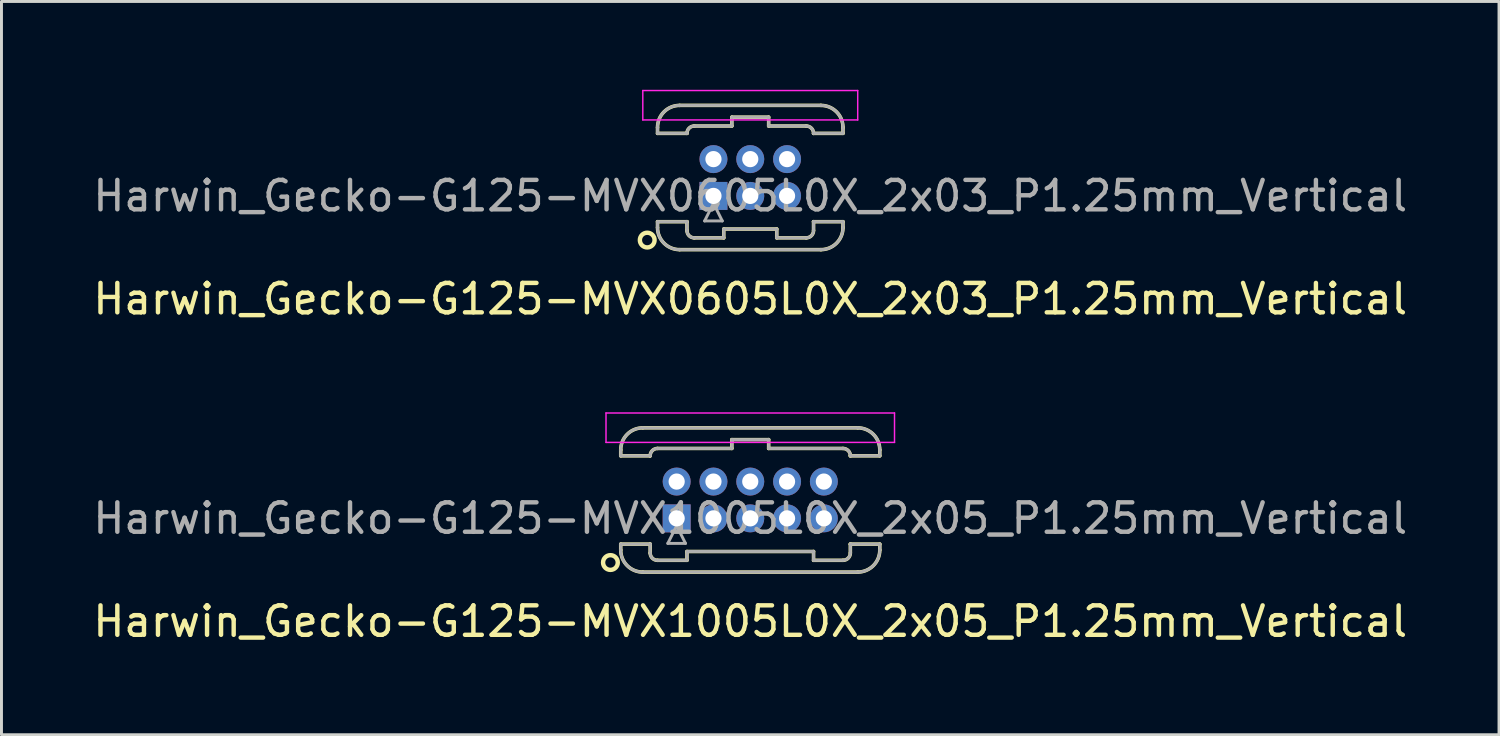
<source format=kicad_pcb>
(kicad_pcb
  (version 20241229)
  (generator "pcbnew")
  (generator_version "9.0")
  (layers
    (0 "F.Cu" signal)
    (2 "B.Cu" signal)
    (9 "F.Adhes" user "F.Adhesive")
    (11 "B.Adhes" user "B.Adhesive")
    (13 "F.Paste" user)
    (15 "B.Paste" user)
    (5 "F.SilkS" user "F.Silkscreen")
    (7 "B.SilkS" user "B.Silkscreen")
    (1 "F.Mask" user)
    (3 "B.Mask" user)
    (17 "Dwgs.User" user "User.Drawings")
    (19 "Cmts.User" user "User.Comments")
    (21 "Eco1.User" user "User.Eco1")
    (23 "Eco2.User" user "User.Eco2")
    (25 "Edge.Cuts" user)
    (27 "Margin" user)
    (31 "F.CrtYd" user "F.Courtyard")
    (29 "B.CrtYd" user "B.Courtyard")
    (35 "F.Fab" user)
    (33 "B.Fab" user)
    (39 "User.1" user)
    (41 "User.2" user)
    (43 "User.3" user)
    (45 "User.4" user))
  (footprint "Harwin_Gecko-G125-MVX0605L0X_2x03_P1.25mm_Vertical"
    (layer "F.Cu")
    (at 21.185 3.605)
    (property "Reference" "Harwin_Gecko-G125-MVX0605L0X_2x03_P1.25mm_Vertical" (at 1.25 3.5 0) (layer "F.SilkS") (effects (font (size 1 1) (thickness 0.15))))
    (attr through_hole)
    (fp_line (start -1.9 -2.325) (end -1.9 -2.125) (stroke (width 0.12) (type solid)) (layer "F.SilkS"))
    (fp_line (start -1.9 -2.125) (end -0.9 -2.125) (stroke (width 0.12) (type solid)) (layer "F.SilkS"))
    (fp_line (start -1.9 0.875) (end -0.9 0.875) (stroke (width 0.12) (type solid)) (layer "F.SilkS"))
    (fp_line (start -1.9 1.075) (end -1.9 0.875) (stroke (width 0.12) (type solid)) (layer "F.SilkS"))
    (fp_line (start -1.15 -3.075) (end 3.65 -3.075) (stroke (width 0.12) (type solid)) (layer "F.SilkS"))
    (fp_line (start -1.15 1.825) (end 3.65 1.825) (stroke (width 0.12) (type solid)) (layer "F.SilkS"))
    (fp_line (start -0.9 -2.125) (end -0.9 -2.125) (stroke (width 0.12) (type solid)) (layer "F.SilkS"))
    (fp_line (start -0.9 0.875) (end -0.9 0.875) (stroke (width 0.12) (type solid)) (layer "F.SilkS"))
    (fp_line (start -0.9 1.175) (end -0.9 0.875) (stroke (width 0.12) (type solid)) (layer "F.SilkS"))
    (fp_line (start -0.65 -2.375) (end 0.625 -2.375) (stroke (width 0.12) (type solid)) (layer "F.SilkS"))
    (fp_line (start -0.65 1.425) (end 0.35 1.425) (stroke (width 0.12) (type solid)) (layer "F.SilkS"))
    (fp_line (start 0.35 1.125) (end 2.15 1.125) (stroke (width 0.12) (type solid)) (layer "F.SilkS"))
    (fp_line (start 0.35 1.425) (end 0.35 1.125) (stroke (width 0.12) (type solid)) (layer "F.SilkS"))
    (fp_line (start 0.625 -2.675) (end 1.875 -2.675) (stroke (width 0.12) (type solid)) (layer "F.SilkS"))
    (fp_line (start 0.625 -2.375) (end 0.625 -2.675) (stroke (width 0.12) (type solid)) (layer "F.SilkS"))
    (fp_line (start 1.875 -2.675) (end 1.875 -2.375) (stroke (width 0.12) (type solid)) (layer "F.SilkS"))
    (fp_line (start 1.875 -2.375) (end 3.15 -2.375) (stroke (width 0.12) (type solid)) (layer "F.SilkS"))
    (fp_line (start 2.15 1.125) (end 2.15 1.425) (stroke (width 0.12) (type solid)) (layer "F.SilkS"))
    (fp_line (start 2.15 1.425) (end 3.15 1.425) (stroke (width 0.12) (type solid)) (layer "F.SilkS"))
    (fp_line (start 3.4 -2.125) (end 3.4 -2.125) (stroke (width 0.12) (type solid)) (layer "F.SilkS"))
    (fp_line (start 3.4 0.875) (end 3.4 0.875) (stroke (width 0.12) (type solid)) (layer "F.SilkS"))
    (fp_line (start 3.4 1.175) (end 3.4 0.875) (stroke (width 0.12) (type solid)) (layer "F.SilkS"))
    (fp_line (start 4.4 -2.325) (end 4.4 -2.125) (stroke (width 0.12) (type solid)) (layer "F.SilkS"))
    (fp_line (start 4.4 -2.125) (end 3.4 -2.125) (stroke (width 0.12) (type solid)) (layer "F.SilkS"))
    (fp_line (start 4.4 0.875) (end 3.4 0.875) (stroke (width 0.12) (type solid)) (layer "F.SilkS"))
    (fp_line (start 4.4 1.075) (end 4.4 0.875) (stroke (width 0.12) (type solid)) (layer "F.SilkS"))
    (fp_arc (start -1.9 -2.325) (mid -1.68033 -2.85533) (end -1.15 -3.075) (stroke (width 0.12) (type solid)) (layer "F.SilkS"))
    (fp_arc (start -1.15 1.825) (mid -1.68033 1.60533) (end -1.9 1.075) (stroke (width 0.12) (type solid)) (layer "F.SilkS"))
    (fp_arc (start -0.9 -2.125) (mid -0.826777 -2.301777) (end -0.65 -2.375) (stroke (width 0.12) (type solid)) (layer "F.SilkS"))
    (fp_arc (start -0.65 1.425) (mid -0.826777 1.351777) (end -0.9 1.175) (stroke (width 0.12) (type solid)) (layer "F.SilkS"))
    (fp_arc (start 3.15 -2.375) (mid 3.326777 -2.301777) (end 3.4 -2.125) (stroke (width 0.12) (type solid)) (layer "F.SilkS"))
    (fp_arc (start 3.4 1.175) (mid 3.326777 1.351777) (end 3.15 1.425) (stroke (width 0.12) (type solid)) (layer "F.SilkS"))
    (fp_arc (start 3.65 -3.075) (mid 4.18033 -2.85533) (end 4.4 -2.325) (stroke (width 0.12) (type solid)) (layer "F.SilkS"))
    (fp_arc (start 4.4 1.075) (mid 4.18033 1.60533) (end 3.65 1.825) (stroke (width 0.12) (type solid)) (layer "F.SilkS"))
    (fp_circle (center -2.25 1.5) (end -2 1.5) (stroke (width 0.15) (type solid)) (fill no) (layer "F.SilkS"))
    (fp_line (start -2.4 -3.58) (end -2.4 -2.58) (stroke (width 0.05) (type solid)) (layer "F.CrtYd"))
    (fp_line (start -2.4 -2.58) (end 4.9 -2.58) (stroke (width 0.05) (type solid)) (layer "F.CrtYd"))
    (fp_line (start 4.9 -3.58) (end -2.4 -3.58) (stroke (width 0.05) (type solid)) (layer "F.CrtYd"))
    (fp_line (start 4.9 -2.58) (end 4.9 -3.58) (stroke (width 0.05) (type solid)) (layer "F.CrtYd"))
    (fp_line (start -1.9 -2.325) (end -1.9 -2.125) (stroke (width 0.1) (type solid)) (layer "F.Fab"))
    (fp_line (start -1.9 -2.125) (end -0.9 -2.125) (stroke (width 0.1) (type solid)) (layer "F.Fab"))
    (fp_line (start -1.9 0.875) (end -0.9 0.875) (stroke (width 0.1) (type solid)) (layer "F.Fab"))
    (fp_line (start -1.9 1.075) (end -1.9 0.875) (stroke (width 0.1) (type solid)) (layer "F.Fab"))
    (fp_line (start -1.15 -3.075) (end 3.65 -3.075) (stroke (width 0.1) (type solid)) (layer "F.Fab"))
    (fp_line (start -1.15 1.825) (end 3.65 1.825) (stroke (width 0.1) (type solid)) (layer "F.Fab"))
    (fp_line (start -0.9 -2.125) (end -0.9 -2.125) (stroke (width 0.1) (type solid)) (layer "F.Fab"))
    (fp_line (start -0.9 0.875) (end -0.9 0.875) (stroke (width 0.1) (type solid)) (layer "F.Fab"))
    (fp_line (start -0.9 1.175) (end -0.9 0.875) (stroke (width 0.1) (type solid)) (layer "F.Fab"))
    (fp_line (start -0.65 -2.375) (end 0.625 -2.375) (stroke (width 0.1) (type solid)) (layer "F.Fab"))
    (fp_line (start -0.65 1.425) (end 0.35 1.425) (stroke (width 0.1) (type solid)) (layer "F.Fab"))
    (fp_line (start -0.3 0.85) (end 0.3 0.85) (stroke (width 0.1) (type solid)) (layer "F.Fab"))
    (fp_line (start 0 0.25) (end -0.3 0.85) (stroke (width 0.1) (type solid)) (layer "F.Fab"))
    (fp_line (start 0.3 0.85) (end 0 0.25) (stroke (width 0.1) (type solid)) (layer "F.Fab"))
    (fp_line (start 0.35 1.125) (end 2.15 1.125) (stroke (width 0.1) (type solid)) (layer "F.Fab"))
    (fp_line (start 0.35 1.425) (end 0.35 1.125) (stroke (width 0.1) (type solid)) (layer "F.Fab"))
    (fp_line (start 0.625 -2.675) (end 1.875 -2.675) (stroke (width 0.1) (type solid)) (layer "F.Fab"))
    (fp_line (start 0.625 -2.375) (end 0.625 -2.675) (stroke (width 0.1) (type solid)) (layer "F.Fab"))
    (fp_line (start 1.875 -2.675) (end 1.875 -2.375) (stroke (width 0.1) (type solid)) (layer "F.Fab"))
    (fp_line (start 1.875 -2.375) (end 3.15 -2.375) (stroke (width 0.1) (type solid)) (layer "F.Fab"))
    (fp_line (start 2.15 1.125) (end 2.15 1.425) (stroke (width 0.1) (type solid)) (layer "F.Fab"))
    (fp_line (start 2.15 1.425) (end 3.15 1.425) (stroke (width 0.1) (type solid)) (layer "F.Fab"))
    (fp_line (start 3.4 -2.125) (end 3.4 -2.125) (stroke (width 0.1) (type solid)) (layer "F.Fab"))
    (fp_line (start 3.4 0.875) (end 3.4 0.875) (stroke (width 0.1) (type solid)) (layer "F.Fab"))
    (fp_line (start 3.4 1.175) (end 3.4 0.875) (stroke (width 0.1) (type solid)) (layer "F.Fab"))
    (fp_line (start 4.4 -2.325) (end 4.4 -2.125) (stroke (width 0.1) (type solid)) (layer "F.Fab"))
    (fp_line (start 4.4 -2.125) (end 3.4 -2.125) (stroke (width 0.1) (type solid)) (layer "F.Fab"))
    (fp_line (start 4.4 0.875) (end 3.4 0.875) (stroke (width 0.1) (type solid)) (layer "F.Fab"))
    (fp_line (start 4.4 1.075) (end 4.4 0.875) (stroke (width 0.1) (type solid)) (layer "F.Fab"))
    (fp_arc (start -1.9 -2.325) (mid -1.68033 -2.85533) (end -1.15 -3.075) (stroke (width 0.1) (type solid)) (layer "F.Fab"))
    (fp_arc (start -1.15 1.825) (mid -1.68033 1.60533) (end -1.9 1.075) (stroke (width 0.1) (type solid)) (layer "F.Fab"))
    (fp_arc (start -0.9 -2.125) (mid -0.826777 -2.301777) (end -0.65 -2.375) (stroke (width 0.1) (type solid)) (layer "F.Fab"))
    (fp_arc (start -0.65 1.425) (mid -0.826777 1.351777) (end -0.9 1.175) (stroke (width 0.1) (type solid)) (layer "F.Fab"))
    (fp_arc (start 3.15 -2.375) (mid 3.326777 -2.301777) (end 3.4 -2.125) (stroke (width 0.1) (type solid)) (layer "F.Fab"))
    (fp_arc (start 3.4 1.175) (mid 3.326777 1.351777) (end 3.15 1.425) (stroke (width 0.1) (type solid)) (layer "F.Fab"))
    (fp_arc (start 3.65 -3.075) (mid 4.18033 -2.85533) (end 4.4 -2.325) (stroke (width 0.1) (type solid)) (layer "F.Fab"))
    (fp_arc (start 4.4 1.075) (mid 4.18033 1.60533) (end 3.65 1.825) (stroke (width 0.1) (type solid)) (layer "F.Fab"))
    (fp_text user "${REFERENCE}" (at 1.25 0 0) (layer "F.Fab") (effects (font (size 1 1) (thickness 0.15))))
    (pad "1" thru_hole rect (at 0 0) (size 0.95 0.95) (drill 0.55) (layers "*.Cu" "*.Mask"))
    (pad "2" thru_hole circle (at 0 -1.25) (size 0.95 0.95) (drill 0.55) (layers "*.Cu" "*.Mask"))
    (pad "3" thru_hole circle (at 1.25 0) (size 0.95 0.95) (drill 0.55) (layers "*.Cu" "*.Mask"))
    (pad "4" thru_hole circle (at 1.25 -1.25) (size 0.95 0.95) (drill 0.55) (layers "*.Cu" "*.Mask"))
    (pad "5" thru_hole circle (at 2.5 0) (size 0.95 0.95) (drill 0.55) (layers "*.Cu" "*.Mask"))
    (pad "6" thru_hole circle (at 2.5 -1.25) (size 0.95 0.95) (drill 0.55) (layers "*.Cu" "*.Mask")))
  (footprint "Harwin_Gecko-G125-MVX1005L0X_2x05_P1.25mm_Vertical"
    (layer "F.Cu")
    (at 19.935 14.558)
    (property "Reference" "Harwin_Gecko-G125-MVX1005L0X_2x05_P1.25mm_Vertical" (at 2.5 3.5 0) (layer "F.SilkS") (effects (font (size 1 1) (thickness 0.15))))
    (attr through_hole)
    (fp_line (start -1.9 -2.325) (end -1.9 -2.125) (stroke (width 0.12) (type solid)) (layer "F.SilkS"))
    (fp_line (start -1.9 -2.125) (end -0.9 -2.125) (stroke (width 0.12) (type solid)) (layer "F.SilkS"))
    (fp_line (start -1.9 0.875) (end -0.9 0.875) (stroke (width 0.12) (type solid)) (layer "F.SilkS"))
    (fp_line (start -1.9 1.075) (end -1.9 0.875) (stroke (width 0.12) (type solid)) (layer "F.SilkS"))
    (fp_line (start -1.15 -3.075) (end 6.15 -3.075) (stroke (width 0.12) (type solid)) (layer "F.SilkS"))
    (fp_line (start -1.15 1.825) (end 6.15 1.825) (stroke (width 0.12) (type solid)) (layer "F.SilkS"))
    (fp_line (start -0.9 -2.125) (end -0.9 -2.125) (stroke (width 0.12) (type solid)) (layer "F.SilkS"))
    (fp_line (start -0.9 0.875) (end -0.9 0.875) (stroke (width 0.12) (type solid)) (layer "F.SilkS"))
    (fp_line (start -0.9 1.175) (end -0.9 0.875) (stroke (width 0.12) (type solid)) (layer "F.SilkS"))
    (fp_line (start -0.65 -2.375) (end 1.875 -2.375) (stroke (width 0.12) (type solid)) (layer "F.SilkS"))
    (fp_line (start -0.65 1.425) (end 0.35 1.425) (stroke (width 0.12) (type solid)) (layer "F.SilkS"))
    (fp_line (start 0.35 1.125) (end 4.65 1.125) (stroke (width 0.12) (type solid)) (layer "F.SilkS"))
    (fp_line (start 0.35 1.425) (end 0.35 1.125) (stroke (width 0.12) (type solid)) (layer "F.SilkS"))
    (fp_line (start 1.875 -2.675) (end 3.125 -2.675) (stroke (width 0.12) (type solid)) (layer "F.SilkS"))
    (fp_line (start 1.875 -2.375) (end 1.875 -2.675) (stroke (width 0.12) (type solid)) (layer "F.SilkS"))
    (fp_line (start 3.125 -2.675) (end 3.125 -2.375) (stroke (width 0.12) (type solid)) (layer "F.SilkS"))
    (fp_line (start 3.125 -2.375) (end 5.65 -2.375) (stroke (width 0.12) (type solid)) (layer "F.SilkS"))
    (fp_line (start 4.65 1.125) (end 4.65 1.425) (stroke (width 0.12) (type solid)) (layer "F.SilkS"))
    (fp_line (start 4.65 1.425) (end 5.65 1.425) (stroke (width 0.12) (type solid)) (layer "F.SilkS"))
    (fp_line (start 5.9 -2.125) (end 5.9 -2.125) (stroke (width 0.12) (type solid)) (layer "F.SilkS"))
    (fp_line (start 5.9 0.875) (end 5.9 0.875) (stroke (width 0.12) (type solid)) (layer "F.SilkS"))
    (fp_line (start 5.9 1.175) (end 5.9 0.875) (stroke (width 0.12) (type solid)) (layer "F.SilkS"))
    (fp_line (start 6.9 -2.325) (end 6.9 -2.125) (stroke (width 0.12) (type solid)) (layer "F.SilkS"))
    (fp_line (start 6.9 -2.125) (end 5.9 -2.125) (stroke (width 0.12) (type solid)) (layer "F.SilkS"))
    (fp_line (start 6.9 0.875) (end 5.9 0.875) (stroke (width 0.12) (type solid)) (layer "F.SilkS"))
    (fp_line (start 6.9 1.075) (end 6.9 0.875) (stroke (width 0.12) (type solid)) (layer "F.SilkS"))
    (fp_arc (start -1.9 -2.325) (mid -1.68033 -2.85533) (end -1.15 -3.075) (stroke (width 0.12) (type solid)) (layer "F.SilkS"))
    (fp_arc (start -1.15 1.825) (mid -1.68033 1.60533) (end -1.9 1.075) (stroke (width 0.12) (type solid)) (layer "F.SilkS"))
    (fp_arc (start -0.9 -2.125) (mid -0.826777 -2.301777) (end -0.65 -2.375) (stroke (width 0.12) (type solid)) (layer "F.SilkS"))
    (fp_arc (start -0.65 1.425) (mid -0.826777 1.351777) (end -0.9 1.175) (stroke (width 0.12) (type solid)) (layer "F.SilkS"))
    (fp_arc (start 5.65 -2.375) (mid 5.826777 -2.301777) (end 5.9 -2.125) (stroke (width 0.12) (type solid)) (layer "F.SilkS"))
    (fp_arc (start 5.9 1.175) (mid 5.826777 1.351777) (end 5.65 1.425) (stroke (width 0.12) (type solid)) (layer "F.SilkS"))
    (fp_arc (start 6.15 -3.075) (mid 6.68033 -2.85533) (end 6.9 -2.325) (stroke (width 0.12) (type solid)) (layer "F.SilkS"))
    (fp_arc (start 6.9 1.075) (mid 6.68033 1.60533) (end 6.15 1.825) (stroke (width 0.12) (type solid)) (layer "F.SilkS"))
    (fp_circle (center -2.25 1.5) (end -2 1.5) (stroke (width 0.15) (type solid)) (fill no) (layer "F.SilkS"))
    (fp_line (start -2.4 -3.58) (end -2.4 -2.58) (stroke (width 0.05) (type solid)) (layer "F.CrtYd"))
    (fp_line (start -2.4 -2.58) (end 7.4 -2.58) (stroke (width 0.05) (type solid)) (layer "F.CrtYd"))
    (fp_line (start 7.4 -3.58) (end -2.4 -3.58) (stroke (width 0.05) (type solid)) (layer "F.CrtYd"))
    (fp_line (start 7.4 -2.58) (end 7.4 -3.58) (stroke (width 0.05) (type solid)) (layer "F.CrtYd"))
    (fp_line (start -1.9 -2.325) (end -1.9 -2.125) (stroke (width 0.1) (type solid)) (layer "F.Fab"))
    (fp_line (start -1.9 -2.125) (end -0.9 -2.125) (stroke (width 0.1) (type solid)) (layer "F.Fab"))
    (fp_line (start -1.9 0.875) (end -0.9 0.875) (stroke (width 0.1) (type solid)) (layer "F.Fab"))
    (fp_line (start -1.9 1.075) (end -1.9 0.875) (stroke (width 0.1) (type solid)) (layer "F.Fab"))
    (fp_line (start -1.15 -3.075) (end 6.15 -3.075) (stroke (width 0.1) (type solid)) (layer "F.Fab"))
    (fp_line (start -1.15 1.825) (end 6.15 1.825) (stroke (width 0.1) (type solid)) (layer "F.Fab"))
    (fp_line (start -0.9 -2.125) (end -0.9 -2.125) (stroke (width 0.1) (type solid)) (layer "F.Fab"))
    (fp_line (start -0.9 0.875) (end -0.9 0.875) (stroke (width 0.1) (type solid)) (layer "F.Fab"))
    (fp_line (start -0.9 1.175) (end -0.9 0.875) (stroke (width 0.1) (type solid)) (layer "F.Fab"))
    (fp_line (start -0.65 -2.375) (end 1.875 -2.375) (stroke (width 0.1) (type solid)) (layer "F.Fab"))
    (fp_line (start -0.65 1.425) (end 0.35 1.425) (stroke (width 0.1) (type solid)) (layer "F.Fab"))
    (fp_line (start -0.3 0.85) (end 0.3 0.85) (stroke (width 0.1) (type solid)) (layer "F.Fab"))
    (fp_line (start 0 0.25) (end -0.3 0.85) (stroke (width 0.1) (type solid)) (layer "F.Fab"))
    (fp_line (start 0.3 0.85) (end 0 0.25) (stroke (width 0.1) (type solid)) (layer "F.Fab"))
    (fp_line (start 0.35 1.125) (end 4.65 1.125) (stroke (width 0.1) (type solid)) (layer "F.Fab"))
    (fp_line (start 0.35 1.425) (end 0.35 1.125) (stroke (width 0.1) (type solid)) (layer "F.Fab"))
    (fp_line (start 1.875 -2.675) (end 3.125 -2.675) (stroke (width 0.1) (type solid)) (layer "F.Fab"))
    (fp_line (start 1.875 -2.375) (end 1.875 -2.675) (stroke (width 0.1) (type solid)) (layer "F.Fab"))
    (fp_line (start 3.125 -2.675) (end 3.125 -2.375) (stroke (width 0.1) (type solid)) (layer "F.Fab"))
    (fp_line (start 3.125 -2.375) (end 5.65 -2.375) (stroke (width 0.1) (type solid)) (layer "F.Fab"))
    (fp_line (start 4.65 1.125) (end 4.65 1.425) (stroke (width 0.1) (type solid)) (layer "F.Fab"))
    (fp_line (start 4.65 1.425) (end 5.65 1.425) (stroke (width 0.1) (type solid)) (layer "F.Fab"))
    (fp_line (start 5.9 -2.125) (end 5.9 -2.125) (stroke (width 0.1) (type solid)) (layer "F.Fab"))
    (fp_line (start 5.9 0.875) (end 5.9 0.875) (stroke (width 0.1) (type solid)) (layer "F.Fab"))
    (fp_line (start 5.9 1.175) (end 5.9 0.875) (stroke (width 0.1) (type solid)) (layer "F.Fab"))
    (fp_line (start 6.9 -2.325) (end 6.9 -2.125) (stroke (width 0.1) (type solid)) (layer "F.Fab"))
    (fp_line (start 6.9 -2.125) (end 5.9 -2.125) (stroke (width 0.1) (type solid)) (layer "F.Fab"))
    (fp_line (start 6.9 0.875) (end 5.9 0.875) (stroke (width 0.1) (type solid)) (layer "F.Fab"))
    (fp_line (start 6.9 1.075) (end 6.9 0.875) (stroke (width 0.1) (type solid)) (layer "F.Fab"))
    (fp_arc (start -1.9 -2.325) (mid -1.68033 -2.85533) (end -1.15 -3.075) (stroke (width 0.1) (type solid)) (layer "F.Fab"))
    (fp_arc (start -1.15 1.825) (mid -1.68033 1.60533) (end -1.9 1.075) (stroke (width 0.1) (type solid)) (layer "F.Fab"))
    (fp_arc (start -0.9 -2.125) (mid -0.826777 -2.301777) (end -0.65 -2.375) (stroke (width 0.1) (type solid)) (layer "F.Fab"))
    (fp_arc (start -0.65 1.425) (mid -0.826777 1.351777) (end -0.9 1.175) (stroke (width 0.1) (type solid)) (layer "F.Fab"))
    (fp_arc (start 5.65 -2.375) (mid 5.826777 -2.301777) (end 5.9 -2.125) (stroke (width 0.1) (type solid)) (layer "F.Fab"))
    (fp_arc (start 5.9 1.175) (mid 5.826777 1.351777) (end 5.65 1.425) (stroke (width 0.1) (type solid)) (layer "F.Fab"))
    (fp_arc (start 6.15 -3.075) (mid 6.68033 -2.85533) (end 6.9 -2.325) (stroke (width 0.1) (type solid)) (layer "F.Fab"))
    (fp_arc (start 6.9 1.075) (mid 6.68033 1.60533) (end 6.15 1.825) (stroke (width 0.1) (type solid)) (layer "F.Fab"))
    (fp_text user "${REFERENCE}" (at 2.5 0 0) (layer "F.Fab") (effects (font (size 1 1) (thickness 0.15))))
    (pad "1" thru_hole rect (at 0 0) (size 0.95 0.95) (drill 0.55) (layers "*.Cu" "*.Mask"))
    (pad "2" thru_hole circle (at 0 -1.25) (size 0.95 0.95) (drill 0.55) (layers "*.Cu" "*.Mask"))
    (pad "3" thru_hole circle (at 1.25 0) (size 0.95 0.95) (drill 0.55) (layers "*.Cu" "*.Mask"))
    (pad "4" thru_hole circle (at 1.25 -1.25) (size 0.95 0.95) (drill 0.55) (layers "*.Cu" "*.Mask"))
    (pad "5" thru_hole circle (at 2.5 0) (size 0.95 0.95) (drill 0.55) (layers "*.Cu" "*.Mask"))
    (pad "6" thru_hole circle (at 2.5 -1.25) (size 0.95 0.95) (drill 0.55) (layers "*.Cu" "*.Mask"))
    (pad "7" thru_hole circle (at 3.75 0) (size 0.95 0.95) (drill 0.55) (layers "*.Cu" "*.Mask"))
    (pad "8" thru_hole circle (at 3.75 -1.25) (size 0.95 0.95) (drill 0.55) (layers "*.Cu" "*.Mask"))
    (pad "9" thru_hole circle (at 5 0) (size 0.95 0.95) (drill 0.55) (layers "*.Cu" "*.Mask"))
    (pad "10" thru_hole circle (at 5 -1.25) (size 0.95 0.95) (drill 0.55) (layers "*.Cu" "*.Mask")))
  (gr_rect
    (start -3 -3)
    (end 47.869 21.907)
    (stroke (width 0.1) (type default))
    (fill no)
    (layer "Edge.Cuts")))
</source>
